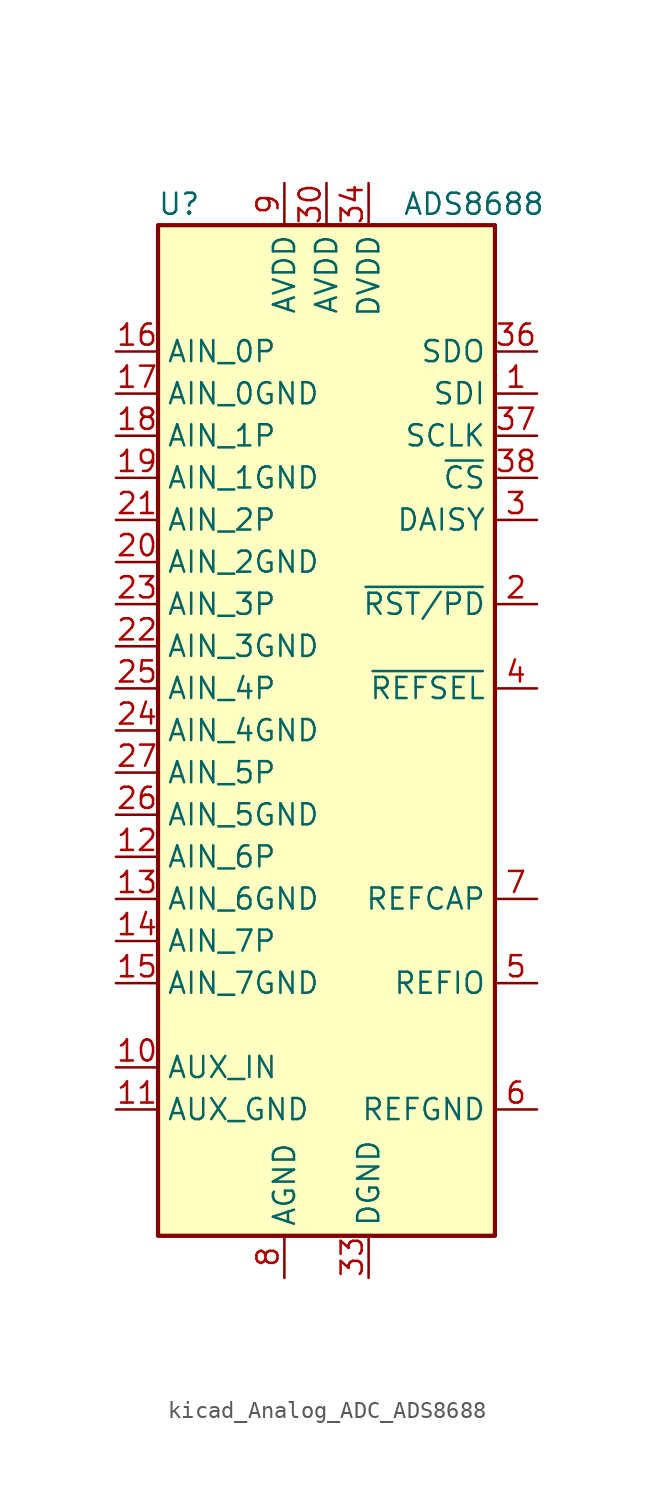
<source format=kicad_sym>
(kicad_symbol_lib
  (version 20220914)
  (generator kicad_symbol_editor)
  (symbol "kicad_Analog_ADC_ADS8688"
    (property "Reference" "U"
      (at -8.89 31.75 0)
      (effects (font (size 1.27 1.27))))
    (property "Value" "ADS8688"
      (at 8.89 31.75 0)
      (effects (font (size 1.27 1.27))))
    (symbol "kicad_Analog_ADC_ADS8688_0_1"
      (rectangle (start -10.16 30.48) (end 10.16 -30.48) (stroke (width 0.254) (type default)) (fill (type background))))
    (symbol "kicad_Analog_ADC_ADS8688_1_1"
      (pin input line (at 12.7 20.32 180) (length 2.54) (name "SDI" (effects (font (size 1.27 1.27)))) (number "1" (effects (font (size 1.27 1.27)))))
      (pin input line (at -12.7 -20.32 0) (length 2.54) (name "AUX_IN" (effects (font (size 1.27 1.27)))) (number "10" (effects (font (size 1.27 1.27)))))
      (pin input line (at -12.7 -22.86 0) (length 2.54) (name "AUX_GND" (effects (font (size 1.27 1.27)))) (number "11" (effects (font (size 1.27 1.27)))))
      (pin input line (at -12.7 -7.62 0) (length 2.54) (name "AIN_6P" (effects (font (size 1.27 1.27)))) (number "12" (effects (font (size 1.27 1.27)))))
      (pin input line (at -12.7 -10.16 0) (length 2.54) (name "AIN_6GND" (effects (font (size 1.27 1.27)))) (number "13" (effects (font (size 1.27 1.27)))))
      (pin input line (at -12.7 -12.7 0) (length 2.54) (name "AIN_7P" (effects (font (size 1.27 1.27)))) (number "14" (effects (font (size 1.27 1.27)))))
      (pin input line (at -12.7 -15.24 0) (length 2.54) (name "AIN_7GND" (effects (font (size 1.27 1.27)))) (number "15" (effects (font (size 1.27 1.27)))))
      (pin input line (at -12.7 22.86 0) (length 2.54) (name "AIN_0P" (effects (font (size 1.27 1.27)))) (number "16" (effects (font (size 1.27 1.27)))))
      (pin input line (at -12.7 20.32 0) (length 2.54) (name "AIN_0GND" (effects (font (size 1.27 1.27)))) (number "17" (effects (font (size 1.27 1.27)))))
      (pin input line (at -12.7 17.78 0) (length 2.54) (name "AIN_1P" (effects (font (size 1.27 1.27)))) (number "18" (effects (font (size 1.27 1.27)))))
      (pin input line (at -12.7 15.24 0) (length 2.54) (name "AIN_1GND" (effects (font (size 1.27 1.27)))) (number "19" (effects (font (size 1.27 1.27)))))
      (pin input line (at 12.7 7.62 180) (length 2.54) (name "~{RST/PD}" (effects (font (size 1.27 1.27)))) (number "2" (effects (font (size 1.27 1.27)))))
      (pin input line (at -12.7 10.16 0) (length 2.54) (name "AIN_2GND" (effects (font (size 1.27 1.27)))) (number "20" (effects (font (size 1.27 1.27)))))
      (pin input line (at -12.7 12.7 0) (length 2.54) (name "AIN_2P" (effects (font (size 1.27 1.27)))) (number "21" (effects (font (size 1.27 1.27)))))
      (pin input line (at -12.7 5.08 0) (length 2.54) (name "AIN_3GND" (effects (font (size 1.27 1.27)))) (number "22" (effects (font (size 1.27 1.27)))))
      (pin input line (at -12.7 7.62 0) (length 2.54) (name "AIN_3P" (effects (font (size 1.27 1.27)))) (number "23" (effects (font (size 1.27 1.27)))))
      (pin input line (at -12.7 0 0) (length 2.54) (name "AIN_4GND" (effects (font (size 1.27 1.27)))) (number "24" (effects (font (size 1.27 1.27)))))
      (pin input line (at -12.7 2.54 0) (length 2.54) (name "AIN_4P" (effects (font (size 1.27 1.27)))) (number "25" (effects (font (size 1.27 1.27)))))
      (pin input line (at -12.7 -5.08 0) (length 2.54) (name "AIN_5GND" (effects (font (size 1.27 1.27)))) (number "26" (effects (font (size 1.27 1.27)))))
      (pin input line (at -12.7 -2.54 0) (length 2.54) (name "AIN_5P" (effects (font (size 1.27 1.27)))) (number "27" (effects (font (size 1.27 1.27)))))
      (pin passive line (at -2.54 -33.02 90) (length 2.54) hide (name "AGND" (effects (font (size 1.27 1.27)))) (number "28" (effects (font (size 1.27 1.27)))))
      (pin passive line (at -2.54 -33.02 90) (length 2.54) hide (name "AGND" (effects (font (size 1.27 1.27)))) (number "29" (effects (font (size 1.27 1.27)))))
      (pin input line (at 12.7 12.7 180) (length 2.54) (name "DAISY" (effects (font (size 1.27 1.27)))) (number "3" (effects (font (size 1.27 1.27)))))
      (pin power_in line (at 0 33.02 270) (length 2.54) (name "AVDD" (effects (font (size 1.27 1.27)))) (number "30" (effects (font (size 1.27 1.27)))))
      (pin passive line (at -2.54 -33.02 90) (length 2.54) hide (name "AGND" (effects (font (size 1.27 1.27)))) (number "31" (effects (font (size 1.27 1.27)))))
      (pin passive line (at -2.54 -33.02 90) (length 2.54) hide (name "AGND" (effects (font (size 1.27 1.27)))) (number "32" (effects (font (size 1.27 1.27)))))
      (pin power_in line (at 2.54 -33.02 90) (length 2.54) (name "DGND" (effects (font (size 1.27 1.27)))) (number "33" (effects (font (size 1.27 1.27)))))
      (pin power_in line (at 2.54 33.02 270) (length 2.54) (name "DVDD" (effects (font (size 1.27 1.27)))) (number "34" (effects (font (size 1.27 1.27)))))
      (pin no_connect line (at 10.16 -5.08 180) (length 2.54) hide (name "DNC" (effects (font (size 1.27 1.27)))) (number "35" (effects (font (size 1.27 1.27)))))
      (pin output line (at 12.7 22.86 180) (length 2.54) (name "SDO" (effects (font (size 1.27 1.27)))) (number "36" (effects (font (size 1.27 1.27)))))
      (pin input line (at 12.7 17.78 180) (length 2.54) (name "SCLK" (effects (font (size 1.27 1.27)))) (number "37" (effects (font (size 1.27 1.27)))))
      (pin input line (at 12.7 15.24 180) (length 2.54) (name "~{CS}" (effects (font (size 1.27 1.27)))) (number "38" (effects (font (size 1.27 1.27)))))
      (pin input line (at 12.7 2.54 180) (length 2.54) (name "~{REFSEL}" (effects (font (size 1.27 1.27)))) (number "4" (effects (font (size 1.27 1.27)))))
      (pin passive line (at 12.7 -15.24 180) (length 2.54) (name "REFIO" (effects (font (size 1.27 1.27)))) (number "5" (effects (font (size 1.27 1.27)))))
      (pin power_in line (at 12.7 -22.86 180) (length 2.54) (name "REFGND" (effects (font (size 1.27 1.27)))) (number "6" (effects (font (size 1.27 1.27)))))
      (pin passive line (at 12.7 -10.16 180) (length 2.54) (name "REFCAP" (effects (font (size 1.27 1.27)))) (number "7" (effects (font (size 1.27 1.27)))))
      (pin power_in line (at -2.54 -33.02 90) (length 2.54) (name "AGND" (effects (font (size 1.27 1.27)))) (number "8" (effects (font (size 1.27 1.27)))))
      (pin power_in line (at -2.54 33.02 270) (length 2.54) (name "AVDD" (effects (font (size 1.27 1.27)))) (number "9" (effects (font (size 1.27 1.27))))))))
</source>
